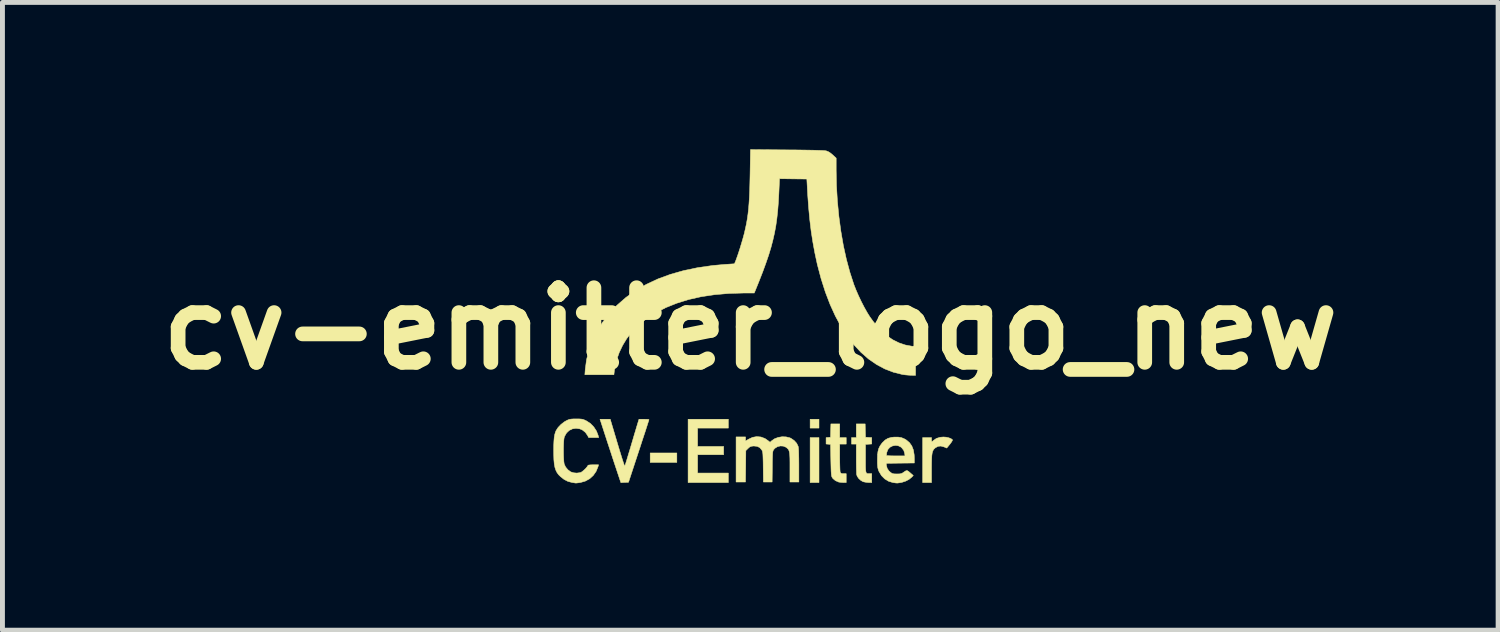
<source format=kicad_pcb>
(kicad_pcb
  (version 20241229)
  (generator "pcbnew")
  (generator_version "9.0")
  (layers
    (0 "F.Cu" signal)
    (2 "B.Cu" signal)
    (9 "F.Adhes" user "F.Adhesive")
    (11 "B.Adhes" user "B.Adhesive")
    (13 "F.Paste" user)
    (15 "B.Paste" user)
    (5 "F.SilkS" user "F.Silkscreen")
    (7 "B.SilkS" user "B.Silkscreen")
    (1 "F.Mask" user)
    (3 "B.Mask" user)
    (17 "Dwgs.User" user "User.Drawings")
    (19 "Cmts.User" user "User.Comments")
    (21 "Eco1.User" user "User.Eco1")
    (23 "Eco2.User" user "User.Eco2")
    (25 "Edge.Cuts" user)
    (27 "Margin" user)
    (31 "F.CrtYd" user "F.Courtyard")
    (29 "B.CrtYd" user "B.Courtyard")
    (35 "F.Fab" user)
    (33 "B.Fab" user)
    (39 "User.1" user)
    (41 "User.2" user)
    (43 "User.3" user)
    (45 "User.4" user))
  (footprint "cv-emitter_logo_new"
    (layer "F.Cu")
    (at 12.272 3.66)
    (property "Reference" "cv-emitter_logo_new" (at 0 0 0) (layer "F.SilkS") (effects (font (size 1.524 1.524) (thickness 0.3))))
    (attr through_hole)
    (fp_poly (pts (xy -1.5 2.734) (xy -2.044 2.734) (xy -2.044 2.54) (xy -1.5 2.54) (xy -1.5 2.734)) (stroke (width 0.01) (type solid)) (fill yes) (layer "F.SilkS"))
    (fp_poly (pts (xy 1.403 2.032) (xy 1.222 2.032) (xy 1.222 1.851) (xy 1.403 1.851) (xy 1.403 2.032)) (stroke (width 0.01) (type solid)) (fill yes) (layer "F.SilkS"))
    (fp_poly (pts (xy 1.403 3.145) (xy 1.222 3.145) (xy 1.222 2.226) (xy 1.403 2.226) (xy 1.403 3.145)) (stroke (width 0.01) (type solid)) (fill yes) (layer "F.SilkS"))
    (fp_poly (pts (xy -0.448 2.032) (xy -1.076 2.032) (xy -1.076 2.407) (xy -0.544 2.407) (xy -0.544 2.576) (xy -1.076 2.576) (xy -1.076 2.951) (xy -0.448 2.951) (xy -0.448 3.145) (xy -1.27 3.145) (xy -1.27 1.851) (xy -0.448 1.851) (xy -0.448 2.032)) (stroke (width 0.01) (type solid)) (fill yes) (layer "F.SilkS"))
    (fp_poly (pts (xy 3.999 2.218) (xy 4.053 2.23) (xy 4.097 2.247) (xy 4.126 2.268) (xy 4.13 2.273) (xy 4.126 2.288) (xy 4.11 2.315) (xy 4.084 2.351) (xy 4.075 2.363) (xy 4.012 2.44) (xy 3.955 2.416) (xy 3.891 2.399) (xy 3.833 2.405) (xy 3.779 2.435) (xy 3.769 2.444) (xy 3.749 2.463) (xy 3.734 2.486) (xy 3.722 2.514) (xy 3.713 2.552) (xy 3.707 2.6) (xy 3.704 2.664) (xy 3.702 2.746) (xy 3.701 2.848) (xy 3.701 2.866) (xy 3.701 3.145) (xy 3.52 3.145) (xy 3.52 2.226) (xy 3.701 2.226) (xy 3.701 2.268) (xy 3.703 2.299) (xy 3.711 2.308) (xy 3.728 2.296) (xy 3.741 2.285) (xy 3.801 2.243) (xy 3.876 2.22) (xy 3.943 2.214) (xy 3.999 2.218)) (stroke (width 0.01) (type solid)) (fill yes) (layer "F.SilkS"))
    (fp_poly (pts (xy 1.826 2.226) (xy 1.959 2.226) (xy 1.959 2.359) (xy 1.826 2.359) (xy 1.826 2.638) (xy 1.827 2.731) (xy 1.829 2.81) (xy 1.831 2.873) (xy 1.834 2.917) (xy 1.838 2.939) (xy 1.839 2.94) (xy 1.854 2.956) (xy 1.883 2.963) (xy 1.905 2.963) (xy 1.959 2.963) (xy 1.959 3.145) (xy 1.896 3.144) (xy 1.852 3.141) (xy 1.814 3.136) (xy 1.8 3.133) (xy 1.738 3.105) (xy 1.69 3.065) (xy 1.674 3.043) (xy 1.667 3.03) (xy 1.661 3.013) (xy 1.657 2.989) (xy 1.654 2.956) (xy 1.651 2.91) (xy 1.649 2.849) (xy 1.647 2.769) (xy 1.645 2.685) (xy 1.639 2.365) (xy 1.548 2.357) (xy 1.548 2.227) (xy 1.639 2.219) (xy 1.642 2.083) (xy 1.646 1.947) (xy 1.826 1.947) (xy 1.826 2.226)) (stroke (width 0.01) (type solid)) (fill yes) (layer "F.SilkS"))
    (fp_poly (pts (xy 2.349 2.083) (xy 2.353 2.219) (xy 2.48 2.227) (xy 2.48 2.357) (xy 2.353 2.365) (xy 2.353 2.652) (xy 2.353 2.747) (xy 2.353 2.82) (xy 2.355 2.874) (xy 2.359 2.913) (xy 2.365 2.938) (xy 2.375 2.953) (xy 2.39 2.961) (xy 2.409 2.963) (xy 2.433 2.963) (xy 2.434 2.963) (xy 2.48 2.963) (xy 2.48 3.145) (xy 2.416 3.144) (xy 2.368 3.14) (xy 2.32 3.131) (xy 2.304 3.127) (xy 2.258 3.101) (xy 2.215 3.062) (xy 2.184 3.017) (xy 2.173 2.986) (xy 2.17 2.963) (xy 2.169 2.921) (xy 2.167 2.861) (xy 2.166 2.79) (xy 2.165 2.709) (xy 2.165 2.653) (xy 2.165 2.359) (xy 2.068 2.359) (xy 2.068 2.226) (xy 2.165 2.226) (xy 2.165 1.947) (xy 2.346 1.947) (xy 2.349 2.083)) (stroke (width 0.01) (type solid)) (fill yes) (layer "F.SilkS"))
    (fp_poly (pts (xy -2.716 2.335) (xy -2.685 2.438) (xy -2.656 2.533) (xy -2.63 2.618) (xy -2.607 2.69) (xy -2.588 2.747) (xy -2.574 2.787) (xy -2.566 2.807) (xy -2.564 2.809) (xy -2.559 2.796) (xy -2.547 2.762) (xy -2.531 2.711) (xy -2.511 2.645) (xy -2.488 2.568) (xy -2.462 2.482) (xy -2.45 2.443) (xy -2.422 2.348) (xy -2.394 2.254) (xy -2.368 2.165) (xy -2.344 2.086) (xy -2.325 2.022) (xy -2.311 1.975) (xy -2.309 1.968) (xy -2.273 1.851) (xy -2.171 1.851) (xy -2.124 1.852) (xy -2.089 1.854) (xy -2.07 1.858) (xy -2.069 1.86) (xy -2.072 1.873) (xy -2.083 1.906) (xy -2.1 1.959) (xy -2.122 2.028) (xy -2.149 2.112) (xy -2.181 2.208) (xy -2.216 2.314) (xy -2.253 2.429) (xy -2.278 2.504) (xy -2.487 3.139) (xy -2.565 3.142) (xy -2.643 3.146) (xy -2.745 2.84) (xy -2.778 2.741) (xy -2.816 2.626) (xy -2.856 2.503) (xy -2.897 2.379) (xy -2.935 2.263) (xy -2.958 2.192) (xy -3.069 1.851) (xy -2.86 1.851) (xy -2.716 2.335)) (stroke (width 0.01) (type solid)) (fill yes) (layer "F.SilkS"))
    (fp_poly (pts (xy 0.217 2.214) (xy 0.3 2.245) (xy 0.362 2.288) (xy 0.404 2.322) (xy 0.435 2.293) (xy 0.495 2.251) (xy 0.568 2.223) (xy 0.649 2.209) (xy 0.731 2.212) (xy 0.806 2.23) (xy 0.83 2.241) (xy 0.896 2.286) (xy 0.947 2.342) (xy 0.978 2.406) (xy 0.978 2.406) (xy 0.983 2.435) (xy 0.987 2.488) (xy 0.989 2.562) (xy 0.991 2.658) (xy 0.992 2.774) (xy 0.992 2.792) (xy 0.992 3.133) (xy 0.81 3.133) (xy 0.81 2.833) (xy 0.81 2.731) (xy 0.809 2.649) (xy 0.806 2.586) (xy 0.801 2.537) (xy 0.793 2.501) (xy 0.782 2.474) (xy 0.766 2.454) (xy 0.746 2.436) (xy 0.727 2.422) (xy 0.673 2.4) (xy 0.613 2.397) (xy 0.554 2.412) (xy 0.502 2.445) (xy 0.479 2.471) (xy 0.471 2.483) (xy 0.465 2.497) (xy 0.46 2.516) (xy 0.457 2.543) (xy 0.455 2.581) (xy 0.453 2.633) (xy 0.451 2.703) (xy 0.45 2.793) (xy 0.45 2.819) (xy 0.446 3.133) (xy 0.268 3.133) (xy 0.264 2.827) (xy 0.263 2.732) (xy 0.261 2.659) (xy 0.259 2.603) (xy 0.257 2.561) (xy 0.253 2.531) (xy 0.249 2.51) (xy 0.243 2.493) (xy 0.235 2.48) (xy 0.195 2.432) (xy 0.141 2.405) (xy 0.074 2.398) (xy 0.063 2.398) (xy 0.02 2.404) (xy -0.011 2.417) (xy -0.042 2.444) (xy -0.046 2.448) (xy -0.091 2.492) (xy -0.094 2.812) (xy -0.098 3.133) (xy -0.29 3.133) (xy -0.29 2.213) (xy -0.097 2.213) (xy -0.097 2.297) (xy -0.037 2.26) (xy 0.047 2.221) (xy 0.132 2.206) (xy 0.217 2.214)) (stroke (width 0.01) (type solid)) (fill yes) (layer "F.SilkS"))
    (fp_poly (pts (xy 3.021 2.216) (xy 3.09 2.228) (xy 3.153 2.255) (xy 3.189 2.277) (xy 3.252 2.331) (xy 3.299 2.398) (xy 3.331 2.48) (xy 3.347 2.579) (xy 3.35 2.657) (xy 3.35 2.745) (xy 3.063 2.748) (xy 2.776 2.752) (xy 2.78 2.794) (xy 2.796 2.856) (xy 2.832 2.908) (xy 2.863 2.935) (xy 2.889 2.954) (xy 2.915 2.964) (xy 2.949 2.968) (xy 2.995 2.969) (xy 3.043 2.968) (xy 3.077 2.963) (xy 3.105 2.952) (xy 3.136 2.931) (xy 3.138 2.93) (xy 3.167 2.91) (xy 3.188 2.901) (xy 3.208 2.902) (xy 3.232 2.917) (xy 3.265 2.945) (xy 3.283 2.961) (xy 3.329 3.001) (xy 3.296 3.035) (xy 3.241 3.08) (xy 3.171 3.116) (xy 3.094 3.141) (xy 3.079 3.144) (xy 3.034 3.151) (xy 3.002 3.155) (xy 2.971 3.153) (xy 2.931 3.147) (xy 2.914 3.145) (xy 2.825 3.118) (xy 2.746 3.07) (xy 2.68 3.004) (xy 2.631 2.923) (xy 2.622 2.904) (xy 2.611 2.871) (xy 2.603 2.838) (xy 2.599 2.799) (xy 2.596 2.747) (xy 2.596 2.679) (xy 2.598 2.586) (xy 2.599 2.576) (xy 2.78 2.576) (xy 2.781 2.591) (xy 2.792 2.595) (xy 2.824 2.597) (xy 2.872 2.599) (xy 2.932 2.6) (xy 2.971 2.6) (xy 3.16 2.6) (xy 3.153 2.55) (xy 3.134 2.487) (xy 3.092 2.434) (xy 3.07 2.416) (xy 3.019 2.392) (xy 2.962 2.386) (xy 2.904 2.397) (xy 2.852 2.424) (xy 2.814 2.465) (xy 2.808 2.476) (xy 2.788 2.528) (xy 2.78 2.576) (xy 2.599 2.576) (xy 2.607 2.512) (xy 2.623 2.45) (xy 2.649 2.397) (xy 2.685 2.346) (xy 2.699 2.329) (xy 2.754 2.276) (xy 2.813 2.241) (xy 2.883 2.222) (xy 2.939 2.216) (xy 3.021 2.216)) (stroke (width 0.01) (type solid)) (fill yes) (layer "F.SilkS"))
    (fp_poly (pts (xy -3.497 1.845) (xy -3.455 1.848) (xy -3.422 1.853) (xy -3.391 1.864) (xy -3.355 1.881) (xy -3.348 1.884) (xy -3.266 1.937) (xy -3.196 2.009) (xy -3.141 2.093) (xy -3.106 2.185) (xy -3.104 2.192) (xy -3.096 2.226) (xy -3.301 2.226) (xy -3.321 2.186) (xy -3.367 2.12) (xy -3.427 2.072) (xy -3.481 2.048) (xy -3.559 2.037) (xy -3.632 2.048) (xy -3.698 2.08) (xy -3.752 2.131) (xy -3.791 2.199) (xy -3.799 2.219) (xy -3.805 2.251) (xy -3.81 2.302) (xy -3.813 2.367) (xy -3.815 2.44) (xy -3.815 2.518) (xy -3.814 2.593) (xy -3.811 2.662) (xy -3.807 2.719) (xy -3.801 2.759) (xy -3.8 2.767) (xy -3.771 2.828) (xy -3.725 2.883) (xy -3.669 2.925) (xy -3.663 2.928) (xy -3.608 2.945) (xy -3.544 2.951) (xy -3.481 2.943) (xy -3.455 2.935) (xy -3.431 2.919) (xy -3.399 2.893) (xy -3.366 2.862) (xy -3.338 2.83) (xy -3.319 2.804) (xy -3.314 2.792) (xy -3.303 2.788) (xy -3.273 2.784) (xy -3.23 2.782) (xy -3.206 2.782) (xy -3.098 2.782) (xy -3.109 2.819) (xy -3.149 2.917) (xy -3.207 3) (xy -3.281 3.067) (xy -3.369 3.115) (xy -3.47 3.144) (xy -3.472 3.144) (xy -3.514 3.15) (xy -3.547 3.154) (xy -3.562 3.155) (xy -3.58 3.153) (xy -3.613 3.147) (xy -3.641 3.143) (xy -3.726 3.12) (xy -3.803 3.08) (xy -3.871 3.027) (xy -3.913 2.986) (xy -3.946 2.942) (xy -3.971 2.892) (xy -3.99 2.834) (xy -4.003 2.764) (xy -4.011 2.678) (xy -4.014 2.574) (xy -4.015 2.492) (xy -4.014 2.383) (xy -4.01 2.295) (xy -4.004 2.224) (xy -3.994 2.166) (xy -3.98 2.118) (xy -3.966 2.083) (xy -3.925 2.02) (xy -3.868 1.96) (xy -3.801 1.907) (xy -3.753 1.879) (xy -3.718 1.863) (xy -3.688 1.853) (xy -3.653 1.848) (xy -3.608 1.845) (xy -3.556 1.845) (xy -3.497 1.845)) (stroke (width 0.01) (type solid)) (fill yes) (layer "F.SilkS"))
    (fp_poly (pts (xy 0.749 -3.649) (xy 0.924 -3.648) (xy 1.076 -3.646) (xy 1.205 -3.644) (xy 1.313 -3.642) (xy 1.4 -3.639) (xy 1.467 -3.637) (xy 1.515 -3.634) (xy 1.545 -3.63) (xy 1.552 -3.629) (xy 1.595 -3.612) (xy 1.64 -3.583) (xy 1.682 -3.548) (xy 1.754 -3.481) (xy 1.754 -3.231) (xy 1.76 -2.917) (xy 1.779 -2.603) (xy 1.809 -2.292) (xy 1.85 -1.988) (xy 1.901 -1.693) (xy 1.963 -1.412) (xy 2.035 -1.146) (xy 2.115 -0.9) (xy 2.117 -0.895) (xy 2.16 -0.786) (xy 2.211 -0.669) (xy 2.268 -0.549) (xy 2.328 -0.433) (xy 2.387 -0.328) (xy 2.438 -0.246) (xy 2.506 -0.151) (xy 2.583 -0.057) (xy 2.663 0.031) (xy 2.741 0.107) (xy 2.795 0.152) (xy 2.912 0.23) (xy 3.037 0.292) (xy 3.164 0.335) (xy 3.288 0.358) (xy 3.291 0.359) (xy 3.375 0.366) (xy 3.375 0.956) (xy 3.287 0.954) (xy 3.228 0.951) (xy 3.161 0.945) (xy 3.106 0.937) (xy 2.922 0.891) (xy 2.745 0.823) (xy 2.576 0.732) (xy 2.414 0.62) (xy 2.261 0.486) (xy 2.117 0.331) (xy 1.981 0.155) (xy 1.854 -0.041) (xy 1.737 -0.257) (xy 1.63 -0.492) (xy 1.533 -0.746) (xy 1.446 -1.019) (xy 1.369 -1.31) (xy 1.319 -1.542) (xy 1.278 -1.765) (xy 1.243 -1.99) (xy 1.215 -2.221) (xy 1.192 -2.465) (xy 1.173 -2.726) (xy 1.169 -2.796) (xy 1.155 -3.054) (xy 0.876 -3.057) (xy 0.597 -3.061) (xy 0.583 -2.749) (xy 0.573 -2.571) (xy 0.56 -2.405) (xy 0.543 -2.249) (xy 0.522 -2.099) (xy 0.495 -1.953) (xy 0.462 -1.807) (xy 0.423 -1.658) (xy 0.376 -1.503) (xy 0.32 -1.34) (xy 0.256 -1.164) (xy 0.181 -0.972) (xy 0.1 -0.771) (xy 0.081 -0.726) (xy -0.139 -0.726) (xy -0.442 -0.717) (xy -0.73 -0.692) (xy -1.003 -0.651) (xy -1.26 -0.593) (xy -1.501 -0.518) (xy -1.726 -0.428) (xy -1.932 -0.321) (xy -2.095 -0.218) (xy -2.17 -0.161) (xy -2.25 -0.091) (xy -2.331 -0.014) (xy -2.408 0.065) (xy -2.475 0.142) (xy -2.526 0.209) (xy -2.607 0.343) (xy -2.676 0.488) (xy -2.729 0.637) (xy -2.765 0.784) (xy -2.776 0.862) (xy -2.785 0.943) (xy -3.378 0.943) (xy -3.37 0.832) (xy -3.344 0.637) (xy -3.296 0.442) (xy -3.225 0.25) (xy -3.134 0.062) (xy -3.024 -0.118) (xy -2.895 -0.29) (xy -2.749 -0.449) (xy -2.724 -0.474) (xy -2.541 -0.634) (xy -2.34 -0.777) (xy -2.121 -0.904) (xy -1.885 -1.014) (xy -1.632 -1.107) (xy -1.361 -1.184) (xy -1.073 -1.244) (xy -0.768 -1.288) (xy -0.534 -1.309) (xy -0.324 -1.323) (xy -0.302 -1.373) (xy -0.285 -1.418) (xy -0.262 -1.482) (xy -0.236 -1.559) (xy -0.209 -1.643) (xy -0.183 -1.729) (xy -0.158 -1.813) (xy -0.137 -1.888) (xy -0.122 -1.944) (xy -0.099 -2.045) (xy -0.078 -2.143) (xy -0.061 -2.24) (xy -0.047 -2.339) (xy -0.035 -2.444) (xy -0.026 -2.558) (xy -0.018 -2.683) (xy -0.012 -2.824) (xy -0.008 -2.982) (xy -0.004 -3.161) (xy -0.004 -3.167) (xy 0.004 -3.655) (xy 0.749 -3.649)) (stroke (width 0.01) (type solid)) (fill yes) (layer "F.SilkS")))
  (gr_rect
    (start -3 -3)
    (end 27.544 9.82)
    (stroke (width 0.1) (type default))
    (fill no)
    (layer "Edge.Cuts")))
</source>
